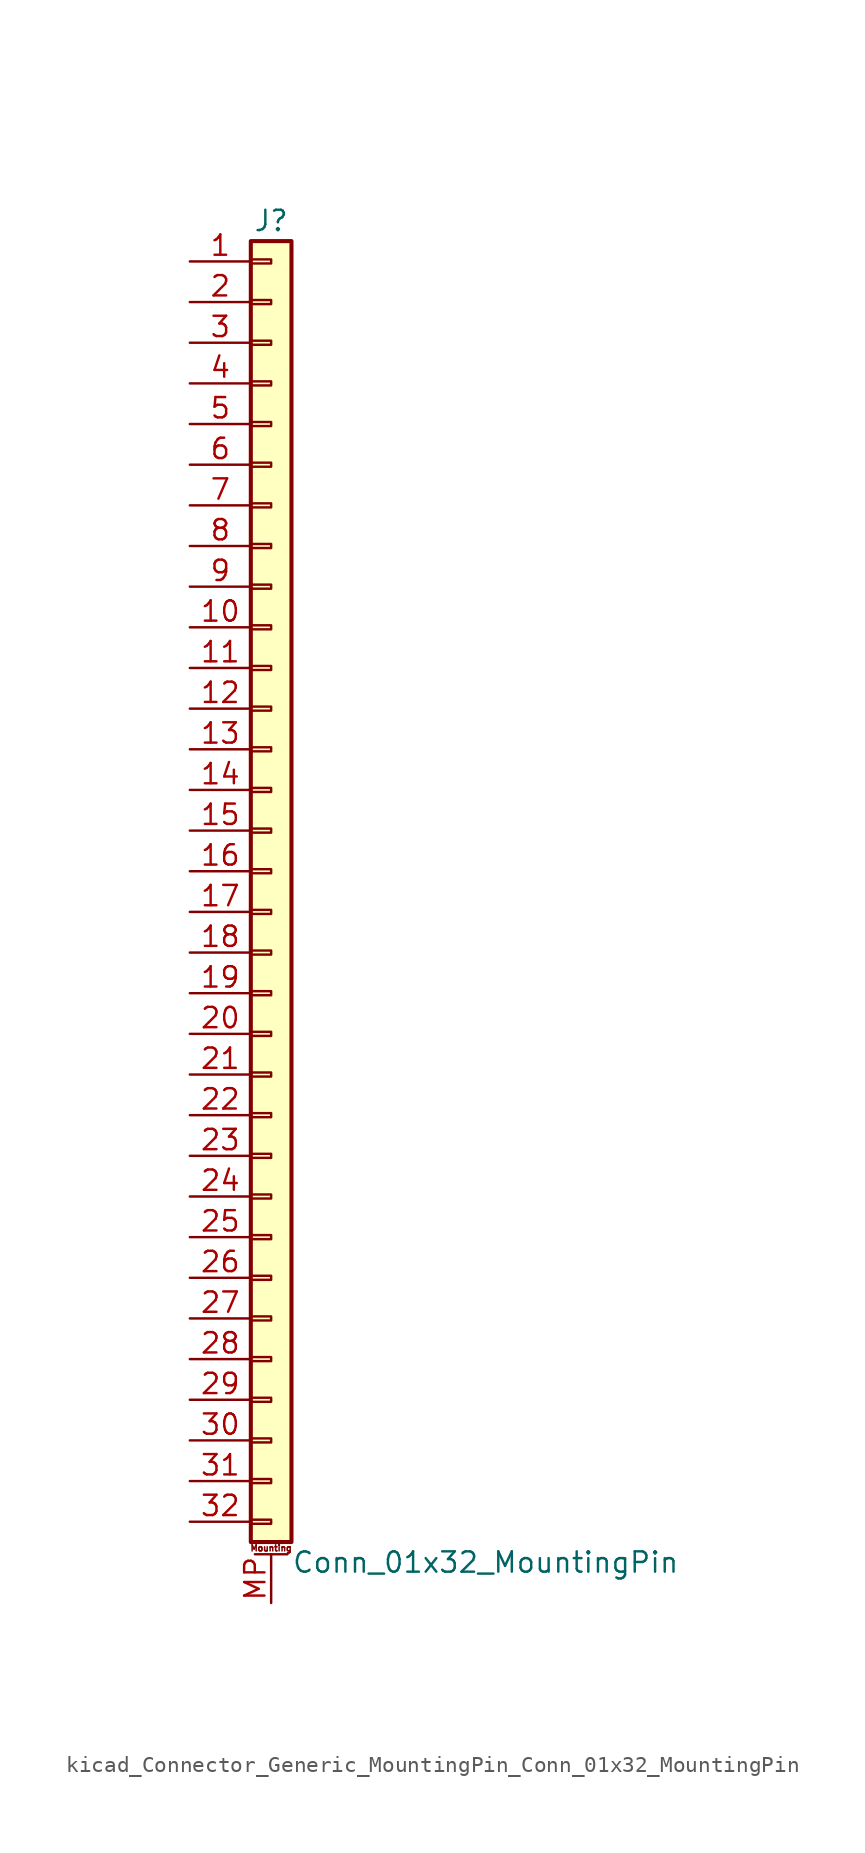
<source format=kicad_sym>
(kicad_symbol_lib
  (version 20220914)
  (generator kicad_symbol_editor)
  (symbol "kicad_Connector_Generic_MountingPin_Conn_01x32_MountingPin"
    (pin_names
      (offset 1.016) hide)
    (property "Reference" "J"
      (at 0 40.64 0)
      (effects (font (size 1.27 1.27))))
    (property "Value" "Conn_01x32_MountingPin"
      (at 1.27 -43.18 0)
      (effects (font (size 1.27 1.27)) (justify left)))
    (symbol "kicad_Connector_Generic_MountingPin_Conn_01x32_MountingPin_1_1"
      (rectangle (start -1.27 -40.513) (end 0 -40.767) (stroke (width 0.152) (type default)) (fill (type none)))
      (rectangle (start -1.27 -37.973) (end 0 -38.227) (stroke (width 0.152) (type default)) (fill (type none)))
      (rectangle (start -1.27 -35.433) (end 0 -35.687) (stroke (width 0.152) (type default)) (fill (type none)))
      (rectangle (start -1.27 -32.893) (end 0 -33.147) (stroke (width 0.152) (type default)) (fill (type none)))
      (rectangle (start -1.27 -30.353) (end 0 -30.607) (stroke (width 0.152) (type default)) (fill (type none)))
      (rectangle (start -1.27 -27.813) (end 0 -28.067) (stroke (width 0.152) (type default)) (fill (type none)))
      (rectangle (start -1.27 -25.273) (end 0 -25.527) (stroke (width 0.152) (type default)) (fill (type none)))
      (rectangle (start -1.27 -22.733) (end 0 -22.987) (stroke (width 0.152) (type default)) (fill (type none)))
      (rectangle (start -1.27 -20.193) (end 0 -20.447) (stroke (width 0.152) (type default)) (fill (type none)))
      (rectangle (start -1.27 -17.653) (end 0 -17.907) (stroke (width 0.152) (type default)) (fill (type none)))
      (rectangle (start -1.27 -15.113) (end 0 -15.367) (stroke (width 0.152) (type default)) (fill (type none)))
      (rectangle (start -1.27 -12.573) (end 0 -12.827) (stroke (width 0.152) (type default)) (fill (type none)))
      (rectangle (start -1.27 -10.033) (end 0 -10.287) (stroke (width 0.152) (type default)) (fill (type none)))
      (rectangle (start -1.27 -7.493) (end 0 -7.747) (stroke (width 0.152) (type default)) (fill (type none)))
      (rectangle (start -1.27 -4.953) (end 0 -5.207) (stroke (width 0.152) (type default)) (fill (type none)))
      (rectangle (start -1.27 -2.413) (end 0 -2.667) (stroke (width 0.152) (type default)) (fill (type none)))
      (rectangle (start -1.27 0.127) (end 0 -0.127) (stroke (width 0.152) (type default)) (fill (type none)))
      (rectangle (start -1.27 2.667) (end 0 2.413) (stroke (width 0.152) (type default)) (fill (type none)))
      (rectangle (start -1.27 5.207) (end 0 4.953) (stroke (width 0.152) (type default)) (fill (type none)))
      (rectangle (start -1.27 7.747) (end 0 7.493) (stroke (width 0.152) (type default)) (fill (type none)))
      (rectangle (start -1.27 10.287) (end 0 10.033) (stroke (width 0.152) (type default)) (fill (type none)))
      (rectangle (start -1.27 12.827) (end 0 12.573) (stroke (width 0.152) (type default)) (fill (type none)))
      (rectangle (start -1.27 15.367) (end 0 15.113) (stroke (width 0.152) (type default)) (fill (type none)))
      (rectangle (start -1.27 17.907) (end 0 17.653) (stroke (width 0.152) (type default)) (fill (type none)))
      (rectangle (start -1.27 20.447) (end 0 20.193) (stroke (width 0.152) (type default)) (fill (type none)))
      (rectangle (start -1.27 22.987) (end 0 22.733) (stroke (width 0.152) (type default)) (fill (type none)))
      (rectangle (start -1.27 25.527) (end 0 25.273) (stroke (width 0.152) (type default)) (fill (type none)))
      (rectangle (start -1.27 28.067) (end 0 27.813) (stroke (width 0.152) (type default)) (fill (type none)))
      (rectangle (start -1.27 30.607) (end 0 30.353) (stroke (width 0.152) (type default)) (fill (type none)))
      (rectangle (start -1.27 33.147) (end 0 32.893) (stroke (width 0.152) (type default)) (fill (type none)))
      (rectangle (start -1.27 35.687) (end 0 35.433) (stroke (width 0.152) (type default)) (fill (type none)))
      (rectangle (start -1.27 38.227) (end 0 37.973) (stroke (width 0.152) (type default)) (fill (type none)))
      (rectangle (start -1.27 39.37) (end 1.27 -41.91) (stroke (width 0.254) (type default)) (fill (type background)))
      (polyline (pts (xy -1.016 -42.672) (xy 1.016 -42.672)) (stroke (width 0.152) (type default)) (fill (type none)))
      (text "Mounting" (at 0 -42.291 0) (effects (font (size 0.381 0.381))))
      (pin passive line (at -5.08 38.1 0) (length 3.81) (name "Pin_1" (effects (font (size 1.27 1.27)))) (number "1" (effects (font (size 1.27 1.27)))))
      (pin passive line (at -5.08 15.24 0) (length 3.81) (name "Pin_10" (effects (font (size 1.27 1.27)))) (number "10" (effects (font (size 1.27 1.27)))))
      (pin passive line (at -5.08 12.7 0) (length 3.81) (name "Pin_11" (effects (font (size 1.27 1.27)))) (number "11" (effects (font (size 1.27 1.27)))))
      (pin passive line (at -5.08 10.16 0) (length 3.81) (name "Pin_12" (effects (font (size 1.27 1.27)))) (number "12" (effects (font (size 1.27 1.27)))))
      (pin passive line (at -5.08 7.62 0) (length 3.81) (name "Pin_13" (effects (font (size 1.27 1.27)))) (number "13" (effects (font (size 1.27 1.27)))))
      (pin passive line (at -5.08 5.08 0) (length 3.81) (name "Pin_14" (effects (font (size 1.27 1.27)))) (number "14" (effects (font (size 1.27 1.27)))))
      (pin passive line (at -5.08 2.54 0) (length 3.81) (name "Pin_15" (effects (font (size 1.27 1.27)))) (number "15" (effects (font (size 1.27 1.27)))))
      (pin passive line (at -5.08 0 0) (length 3.81) (name "Pin_16" (effects (font (size 1.27 1.27)))) (number "16" (effects (font (size 1.27 1.27)))))
      (pin passive line (at -5.08 -2.54 0) (length 3.81) (name "Pin_17" (effects (font (size 1.27 1.27)))) (number "17" (effects (font (size 1.27 1.27)))))
      (pin passive line (at -5.08 -5.08 0) (length 3.81) (name "Pin_18" (effects (font (size 1.27 1.27)))) (number "18" (effects (font (size 1.27 1.27)))))
      (pin passive line (at -5.08 -7.62 0) (length 3.81) (name "Pin_19" (effects (font (size 1.27 1.27)))) (number "19" (effects (font (size 1.27 1.27)))))
      (pin passive line (at -5.08 35.56 0) (length 3.81) (name "Pin_2" (effects (font (size 1.27 1.27)))) (number "2" (effects (font (size 1.27 1.27)))))
      (pin passive line (at -5.08 -10.16 0) (length 3.81) (name "Pin_20" (effects (font (size 1.27 1.27)))) (number "20" (effects (font (size 1.27 1.27)))))
      (pin passive line (at -5.08 -12.7 0) (length 3.81) (name "Pin_21" (effects (font (size 1.27 1.27)))) (number "21" (effects (font (size 1.27 1.27)))))
      (pin passive line (at -5.08 -15.24 0) (length 3.81) (name "Pin_22" (effects (font (size 1.27 1.27)))) (number "22" (effects (font (size 1.27 1.27)))))
      (pin passive line (at -5.08 -17.78 0) (length 3.81) (name "Pin_23" (effects (font (size 1.27 1.27)))) (number "23" (effects (font (size 1.27 1.27)))))
      (pin passive line (at -5.08 -20.32 0) (length 3.81) (name "Pin_24" (effects (font (size 1.27 1.27)))) (number "24" (effects (font (size 1.27 1.27)))))
      (pin passive line (at -5.08 -22.86 0) (length 3.81) (name "Pin_25" (effects (font (size 1.27 1.27)))) (number "25" (effects (font (size 1.27 1.27)))))
      (pin passive line (at -5.08 -25.4 0) (length 3.81) (name "Pin_26" (effects (font (size 1.27 1.27)))) (number "26" (effects (font (size 1.27 1.27)))))
      (pin passive line (at -5.08 -27.94 0) (length 3.81) (name "Pin_27" (effects (font (size 1.27 1.27)))) (number "27" (effects (font (size 1.27 1.27)))))
      (pin passive line (at -5.08 -30.48 0) (length 3.81) (name "Pin_28" (effects (font (size 1.27 1.27)))) (number "28" (effects (font (size 1.27 1.27)))))
      (pin passive line (at -5.08 -33.02 0) (length 3.81) (name "Pin_29" (effects (font (size 1.27 1.27)))) (number "29" (effects (font (size 1.27 1.27)))))
      (pin passive line (at -5.08 33.02 0) (length 3.81) (name "Pin_3" (effects (font (size 1.27 1.27)))) (number "3" (effects (font (size 1.27 1.27)))))
      (pin passive line (at -5.08 -35.56 0) (length 3.81) (name "Pin_30" (effects (font (size 1.27 1.27)))) (number "30" (effects (font (size 1.27 1.27)))))
      (pin passive line (at -5.08 -38.1 0) (length 3.81) (name "Pin_31" (effects (font (size 1.27 1.27)))) (number "31" (effects (font (size 1.27 1.27)))))
      (pin passive line (at -5.08 -40.64 0) (length 3.81) (name "Pin_32" (effects (font (size 1.27 1.27)))) (number "32" (effects (font (size 1.27 1.27)))))
      (pin passive line (at -5.08 30.48 0) (length 3.81) (name "Pin_4" (effects (font (size 1.27 1.27)))) (number "4" (effects (font (size 1.27 1.27)))))
      (pin passive line (at -5.08 27.94 0) (length 3.81) (name "Pin_5" (effects (font (size 1.27 1.27)))) (number "5" (effects (font (size 1.27 1.27)))))
      (pin passive line (at -5.08 25.4 0) (length 3.81) (name "Pin_6" (effects (font (size 1.27 1.27)))) (number "6" (effects (font (size 1.27 1.27)))))
      (pin passive line (at -5.08 22.86 0) (length 3.81) (name "Pin_7" (effects (font (size 1.27 1.27)))) (number "7" (effects (font (size 1.27 1.27)))))
      (pin passive line (at -5.08 20.32 0) (length 3.81) (name "Pin_8" (effects (font (size 1.27 1.27)))) (number "8" (effects (font (size 1.27 1.27)))))
      (pin passive line (at -5.08 17.78 0) (length 3.81) (name "Pin_9" (effects (font (size 1.27 1.27)))) (number "9" (effects (font (size 1.27 1.27)))))
      (pin passive line (at 0 -45.72 90) (length 3.048) (name "MountPin" (effects (font (size 1.27 1.27)))) (number "MP" (effects (font (size 1.27 1.27))))))))
</source>
